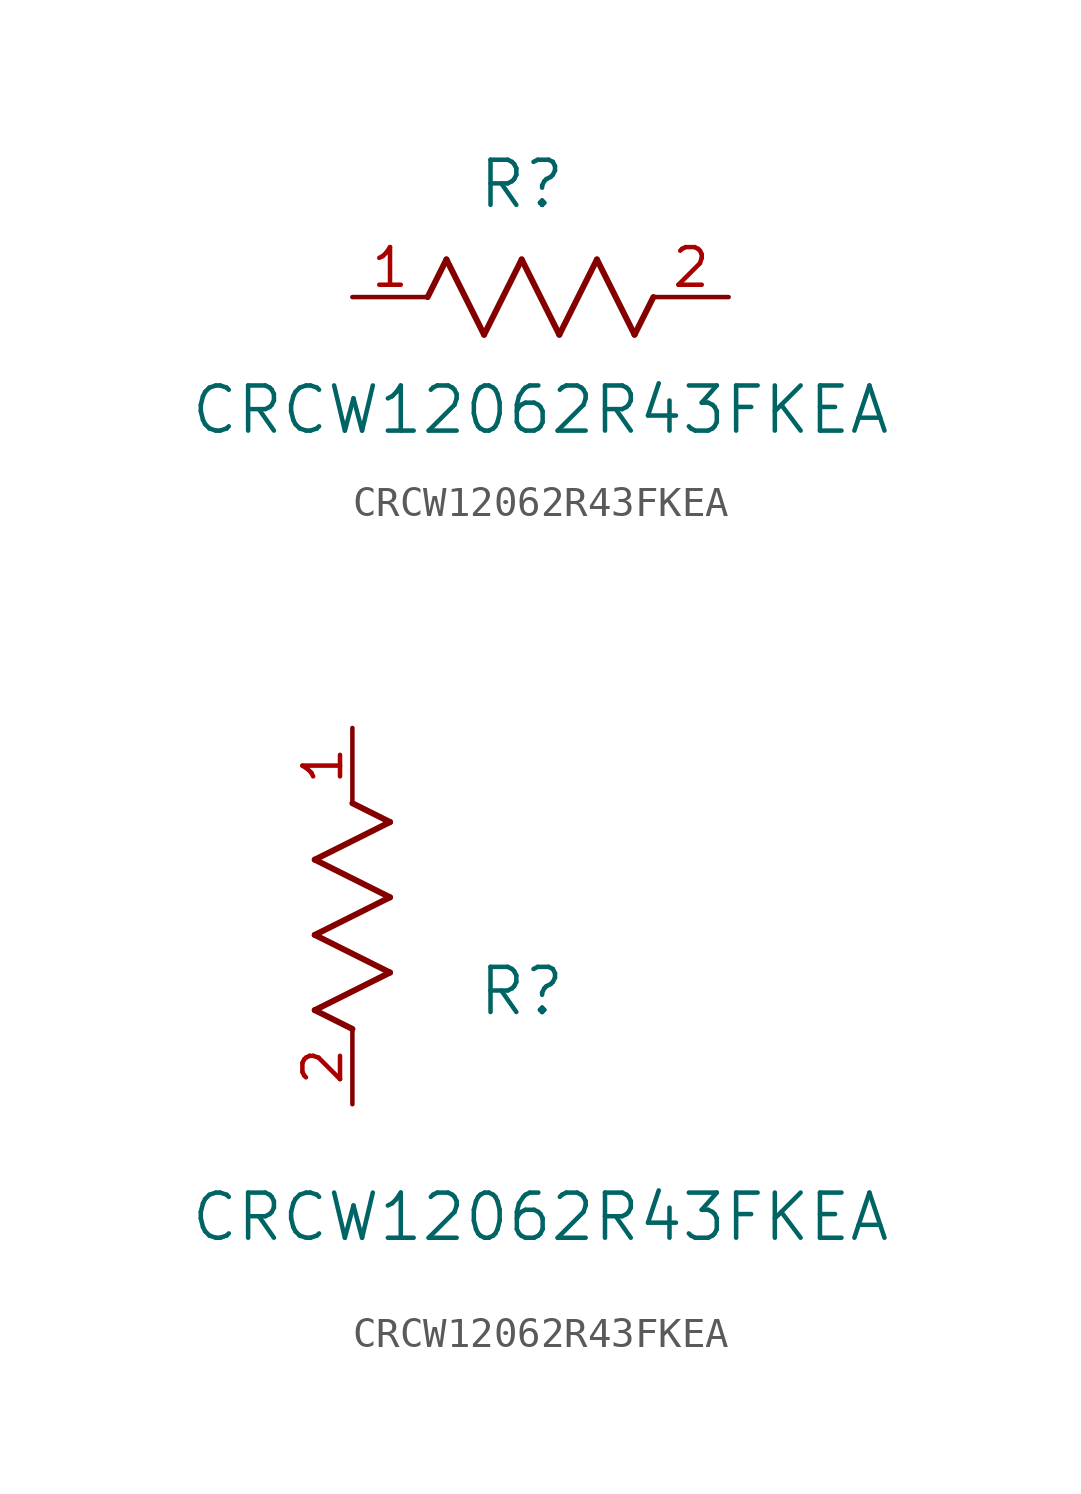
<source format=kicad_sym>
(kicad_symbol_lib
  (version 20211014)
  (generator kicad_symbol_editor)
  (symbol "CRCW12062R43FKEA"
    (pin_names
      (offset 0.254))
    (property "Reference" "R"
      (at 5.715 3.81 0)
      (effects (font (size 1.524 1.524))))
    (property "Value" "CRCW12062R43FKEA"
      (at 6.35 -3.81 0)
      (effects (font (size 1.524 1.524))))
    (symbol "CRCW12062R43FKEA_1_1"
      (polyline (pts (xy 3.175 1.27) (xy 4.445 -1.27)) (stroke (width 0.203) (type default) (color 0 0 0 0)) (fill (type none)))
      (polyline (pts (xy 4.445 -1.27) (xy 5.715 1.27)) (stroke (width 0.203) (type default) (color 0 0 0 0)) (fill (type none)))
      (polyline (pts (xy 5.715 1.27) (xy 6.985 -1.27)) (stroke (width 0.203) (type default) (color 0 0 0 0)) (fill (type none)))
      (polyline (pts (xy 6.985 -1.27) (xy 8.255 1.27)) (stroke (width 0.203) (type default) (color 0 0 0 0)) (fill (type none)))
      (polyline (pts (xy 8.255 1.27) (xy 9.525 -1.27)) (stroke (width 0.203) (type default) (color 0 0 0 0)) (fill (type none)))
      (polyline (pts (xy 2.54 0) (xy 3.175 1.27)) (stroke (width 0.203) (type default) (color 0 0 0 0)) (fill (type none)))
      (polyline (pts (xy 9.525 -1.27) (xy 10.16 0)) (stroke (width 0.203) (type default) (color 0 0 0 0)) (fill (type none)))
      (pin unspecified line (at 0 0 0) (length 2.54) (name "" (effects (font (size 1.27 1.27)))) (number "1" (effects (font (size 1.27 1.27)))))
      (pin unspecified line (at 12.7 0 180) (length 2.54) (name "" (effects (font (size 1.27 1.27)))) (number "2" (effects (font (size 1.27 1.27))))))
    (symbol "CRCW12062R43FKEA_1_2"
      (polyline (pts (xy 0 2.54) (xy -1.27 3.175)) (stroke (width 0.203) (type default) (color 0 0 0 0)) (fill (type none)))
      (polyline (pts (xy -1.27 3.175) (xy 1.27 4.445)) (stroke (width 0.203) (type default) (color 0 0 0 0)) (fill (type none)))
      (polyline (pts (xy 1.27 4.445) (xy -1.27 5.715)) (stroke (width 0.203) (type default) (color 0 0 0 0)) (fill (type none)))
      (polyline (pts (xy -1.27 5.715) (xy 1.27 6.985)) (stroke (width 0.203) (type default) (color 0 0 0 0)) (fill (type none)))
      (polyline (pts (xy -1.27 8.255) (xy 1.27 9.525)) (stroke (width 0.203) (type default) (color 0 0 0 0)) (fill (type none)))
      (polyline (pts (xy 1.27 9.525) (xy 0 10.16)) (stroke (width 0.203) (type default) (color 0 0 0 0)) (fill (type none)))
      (polyline (pts (xy 1.27 6.985) (xy -1.27 8.255)) (stroke (width 0.203) (type default) (color 0 0 0 0)) (fill (type none)))
      (pin unspecified line (at 0 12.7 270) (length 2.54) (name "" (effects (font (size 1.27 1.27)))) (number "1" (effects (font (size 1.27 1.27)))))
      (pin unspecified line (at 0 0 90) (length 2.54) (name "" (effects (font (size 1.27 1.27)))) (number "2" (effects (font (size 1.27 1.27))))))))
</source>
